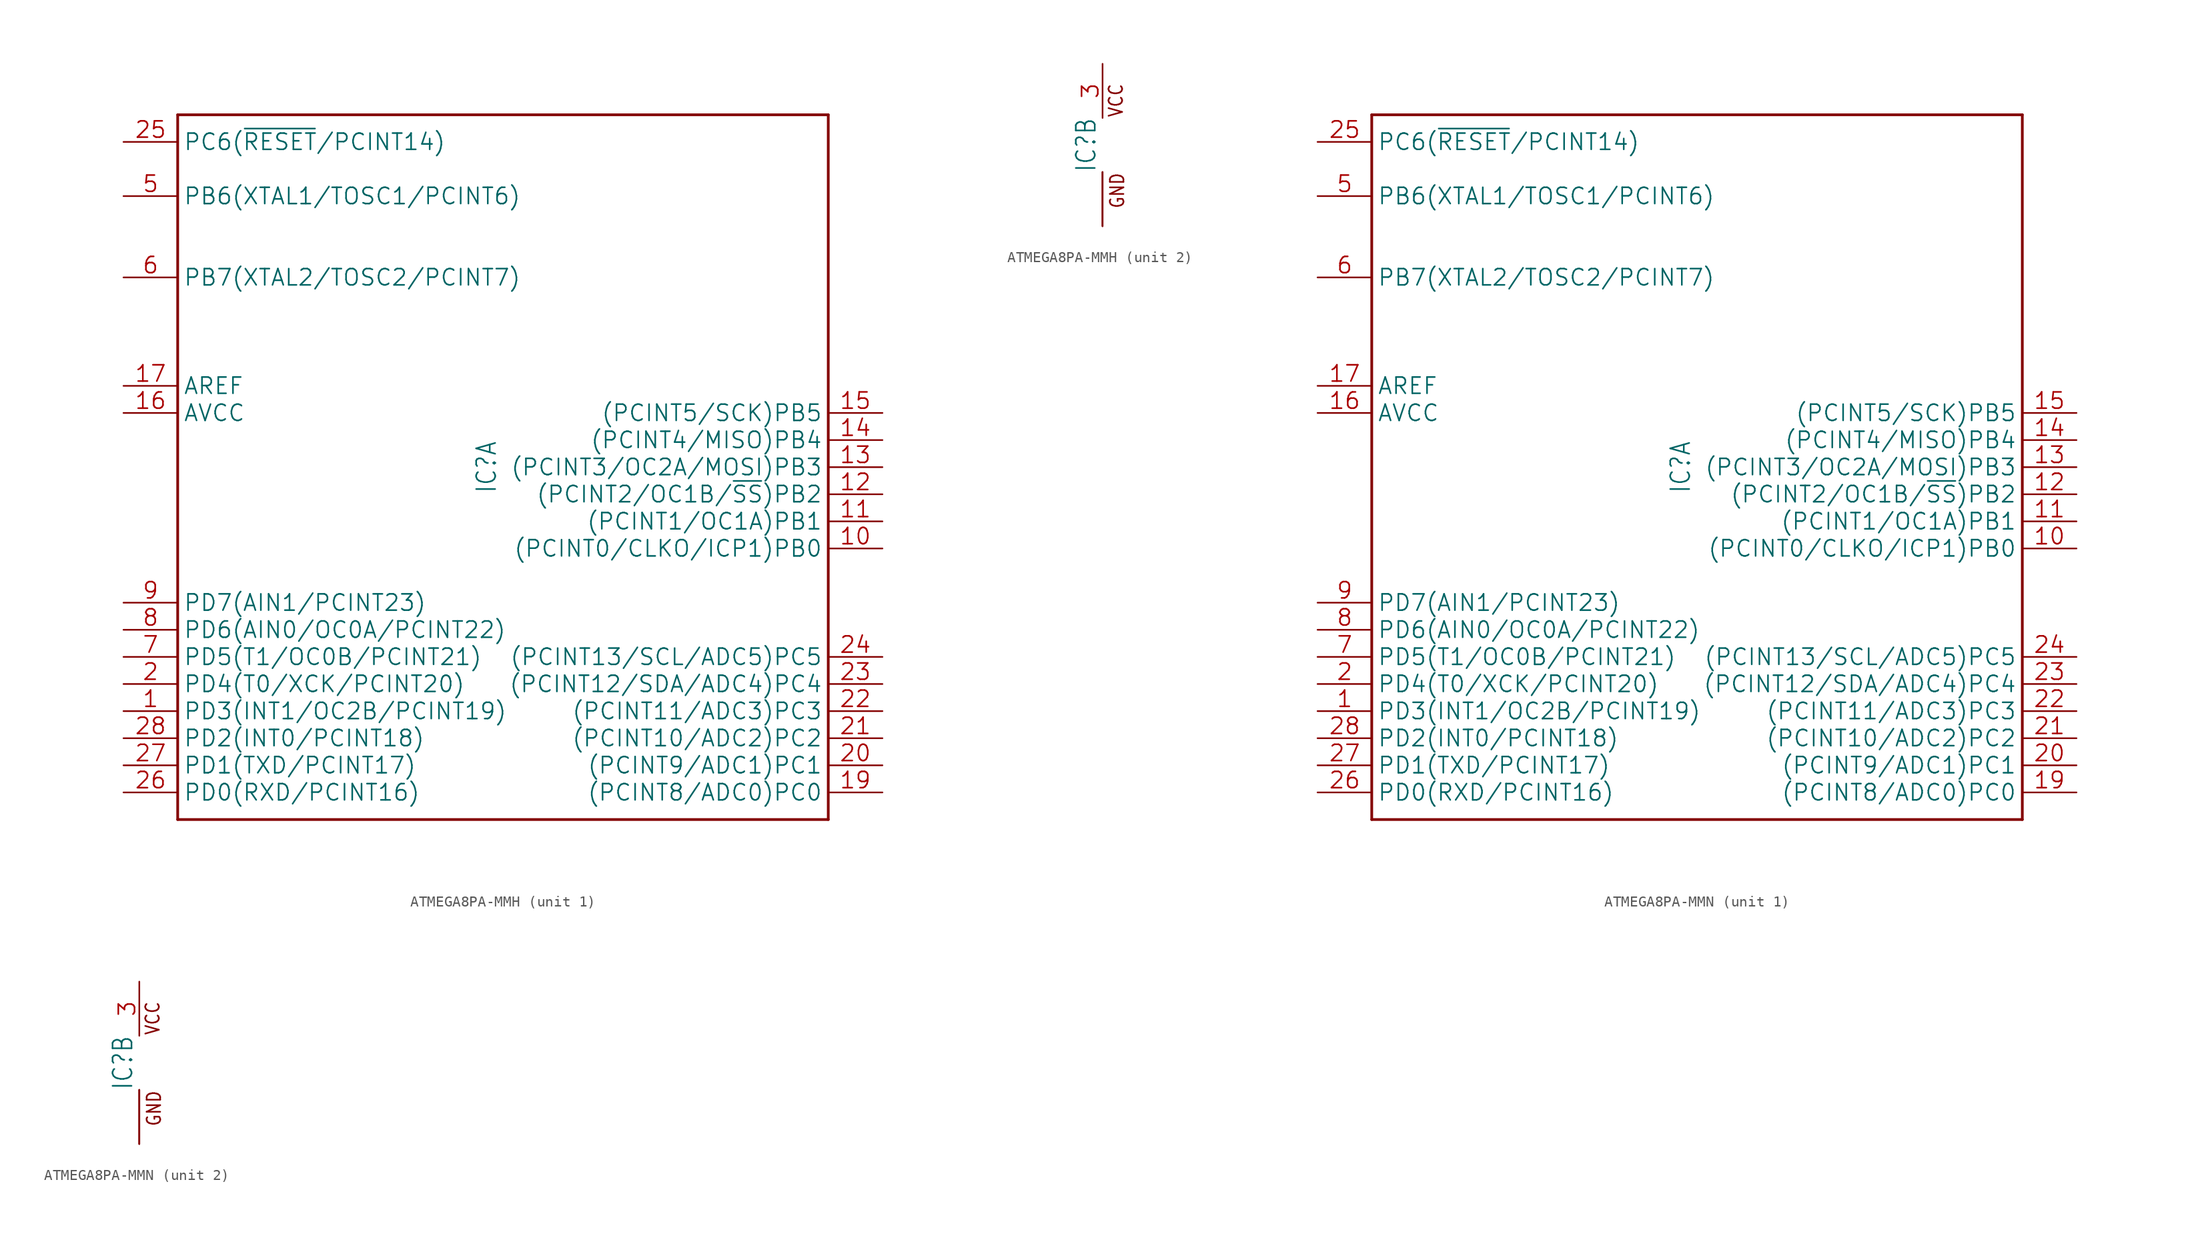
<source format=kicad_sym>
(kicad_symbol_lib
  (version 20241209)
  (generator "kicad_symbol_editor")
  (generator_version "9.0")
  (symbol "ATMEGA8PA-MMH"
    (property "Reference" "IC"
      (at -0.508 0 90)
      (effects (font (size 1.778 1.511)) (justify bottom)))
    (property "ki_locked" ""
      (at 0 0 0)
      (effects (font (size 1.27 1.27))))
    (symbol "ATMEGA8PA-MMH_1_0"
      (polyline (pts (xy -30.48 33.02) (xy 30.48 33.02)) (stroke (width 0.254) (type solid)) (fill (type none)))
      (polyline (pts (xy -30.48 -33.02) (xy -30.48 33.02)) (stroke (width 0.254) (type solid)) (fill (type none)))
      (polyline (pts (xy 30.48 33.02) (xy 30.48 -33.02)) (stroke (width 0.254) (type solid)) (fill (type none)))
      (polyline (pts (xy 30.48 -33.02) (xy -30.48 -33.02)) (stroke (width 0.254) (type solid)) (fill (type none)))
      (pin bidirectional line (at -35.56 30.48 0) (length 5.08) (name "PC6(~{RESET}/PCINT14)" (effects (font (size 1.524 1.524)))) (number "25" (effects (font (size 1.524 1.524)))))
      (pin bidirectional line (at -35.56 25.4 0) (length 5.08) (name "PB6(XTAL1/TOSC1/PCINT6)" (effects (font (size 1.524 1.524)))) (number "5" (effects (font (size 1.524 1.524)))))
      (pin bidirectional line (at -35.56 17.78 0) (length 5.08) (name "PB7(XTAL2/TOSC2/PCINT7)" (effects (font (size 1.524 1.524)))) (number "6" (effects (font (size 1.524 1.524)))))
      (pin passive line (at -35.56 7.62 0) (length 5.08) (name "AREF" (effects (font (size 1.524 1.524)))) (number "17" (effects (font (size 1.524 1.524)))))
      (pin power_in line (at -35.56 5.08 0) (length 5.08) (name "AVCC" (effects (font (size 1.524 1.524)))) (number "16" (effects (font (size 1.524 1.524)))))
      (pin bidirectional line (at -35.56 -12.7 0) (length 5.08) (name "PD7(AIN1/PCINT23)" (effects (font (size 1.524 1.524)))) (number "9" (effects (font (size 1.524 1.524)))))
      (pin bidirectional line (at -35.56 -15.24 0) (length 5.08) (name "PD6(AIN0/OC0A/PCINT22)" (effects (font (size 1.524 1.524)))) (number "8" (effects (font (size 1.524 1.524)))))
      (pin bidirectional line (at -35.56 -17.78 0) (length 5.08) (name "PD5(T1/OC0B/PCINT21)" (effects (font (size 1.524 1.524)))) (number "7" (effects (font (size 1.524 1.524)))))
      (pin bidirectional line (at -35.56 -20.32 0) (length 5.08) (name "PD4(T0/XCK/PCINT20)" (effects (font (size 1.524 1.524)))) (number "2" (effects (font (size 1.524 1.524)))))
      (pin bidirectional line (at -35.56 -22.86 0) (length 5.08) (name "PD3(INT1/OC2B/PCINT19)" (effects (font (size 1.524 1.524)))) (number "1" (effects (font (size 1.524 1.524)))))
      (pin bidirectional line (at -35.56 -25.4 0) (length 5.08) (name "PD2(INT0/PCINT18)" (effects (font (size 1.524 1.524)))) (number "28" (effects (font (size 1.524 1.524)))))
      (pin bidirectional line (at -35.56 -27.94 0) (length 5.08) (name "PD1(TXD/PCINT17)" (effects (font (size 1.524 1.524)))) (number "27" (effects (font (size 1.524 1.524)))))
      (pin bidirectional line (at -35.56 -30.48 0) (length 5.08) (name "PD0(RXD/PCINT16)" (effects (font (size 1.524 1.524)))) (number "26" (effects (font (size 1.524 1.524)))))
      (pin bidirectional line (at 35.56 5.08 180) (length 5.08) (name "(PCINT5/SCK)PB5" (effects (font (size 1.524 1.524)))) (number "15" (effects (font (size 1.524 1.524)))))
      (pin bidirectional line (at 35.56 2.54 180) (length 5.08) (name "(PCINT4/MISO)PB4" (effects (font (size 1.524 1.524)))) (number "14" (effects (font (size 1.524 1.524)))))
      (pin bidirectional line (at 35.56 0 180) (length 5.08) (name "(PCINT3/OC2A/MOSI)PB3" (effects (font (size 1.524 1.524)))) (number "13" (effects (font (size 1.524 1.524)))))
      (pin bidirectional line (at 35.56 -2.54 180) (length 5.08) (name "(PCINT2/OC1B/~{SS})PB2" (effects (font (size 1.524 1.524)))) (number "12" (effects (font (size 1.524 1.524)))))
      (pin bidirectional line (at 35.56 -5.08 180) (length 5.08) (name "(PCINT1/OC1A)PB1" (effects (font (size 1.524 1.524)))) (number "11" (effects (font (size 1.524 1.524)))))
      (pin bidirectional line (at 35.56 -7.62 180) (length 5.08) (name "(PCINT0/CLKO/ICP1)PB0" (effects (font (size 1.524 1.524)))) (number "10" (effects (font (size 1.524 1.524)))))
      (pin bidirectional line (at 35.56 -17.78 180) (length 5.08) (name "(PCINT13/SCL/ADC5)PC5" (effects (font (size 1.524 1.524)))) (number "24" (effects (font (size 1.524 1.524)))))
      (pin bidirectional line (at 35.56 -20.32 180) (length 5.08) (name "(PCINT12/SDA/ADC4)PC4" (effects (font (size 1.524 1.524)))) (number "23" (effects (font (size 1.524 1.524)))))
      (pin bidirectional line (at 35.56 -22.86 180) (length 5.08) (name "(PCINT11/ADC3)PC3" (effects (font (size 1.524 1.524)))) (number "22" (effects (font (size 1.524 1.524)))))
      (pin bidirectional line (at 35.56 -25.4 180) (length 5.08) (name "(PCINT10/ADC2)PC2" (effects (font (size 1.524 1.524)))) (number "21" (effects (font (size 1.524 1.524)))))
      (pin bidirectional line (at 35.56 -27.94 180) (length 5.08) (name "(PCINT9/ADC1)PC1" (effects (font (size 1.524 1.524)))) (number "20" (effects (font (size 1.524 1.524)))))
      (pin bidirectional line (at 35.56 -30.48 180) (length 5.08) (name "(PCINT8/ADC0)PC0" (effects (font (size 1.524 1.524)))) (number "19" (effects (font (size 1.524 1.524))))))
    (symbol "ATMEGA8PA-MMH_2_0"
      (text "VCC" (at 0.508 2.54 900) (effects (font (size 1.27 1.079)) (justify left top)))
      (text "GND" (at 0.635 -2.54 900) (effects (font (size 1.27 1.079)) (justify right top)))
      (pin power_in line (at 0 7.62 270) (length 5.08) (name "VCC" (effects (font (size 0 0)))) (number "3" (effects (font (size 1.524 1.524)))))
      (pin power_in line (at 0 -7.62 90) (length 5.08) (name "GND" (effects (font (size 0 0)))) (number "18" (effects (font (size 0 0)))))
      (pin power_in line (at 0 -7.62 90) (length 5.08) (name "GND" (effects (font (size 0 0)))) (number "4" (effects (font (size 0 0)))))
      (pin power_in line (at 0 -7.62 90) (length 5.08) (name "GND" (effects (font (size 0 0)))) (number "EXP" (effects (font (size 0 0)))))))
  (symbol "ATMEGA8PA-MMN"
    (property "Reference" "IC"
      (at -0.508 0 90)
      (effects (font (size 1.778 1.511)) (justify bottom)))
    (property "ki_locked" ""
      (at 0 0 0)
      (effects (font (size 1.27 1.27))))
    (symbol "ATMEGA8PA-MMN_1_0"
      (polyline (pts (xy -30.48 33.02) (xy 30.48 33.02)) (stroke (width 0.254) (type solid)) (fill (type none)))
      (polyline (pts (xy -30.48 -33.02) (xy -30.48 33.02)) (stroke (width 0.254) (type solid)) (fill (type none)))
      (polyline (pts (xy 30.48 33.02) (xy 30.48 -33.02)) (stroke (width 0.254) (type solid)) (fill (type none)))
      (polyline (pts (xy 30.48 -33.02) (xy -30.48 -33.02)) (stroke (width 0.254) (type solid)) (fill (type none)))
      (pin bidirectional line (at -35.56 30.48 0) (length 5.08) (name "PC6(~{RESET}/PCINT14)" (effects (font (size 1.524 1.524)))) (number "25" (effects (font (size 1.524 1.524)))))
      (pin bidirectional line (at -35.56 25.4 0) (length 5.08) (name "PB6(XTAL1/TOSC1/PCINT6)" (effects (font (size 1.524 1.524)))) (number "5" (effects (font (size 1.524 1.524)))))
      (pin bidirectional line (at -35.56 17.78 0) (length 5.08) (name "PB7(XTAL2/TOSC2/PCINT7)" (effects (font (size 1.524 1.524)))) (number "6" (effects (font (size 1.524 1.524)))))
      (pin passive line (at -35.56 7.62 0) (length 5.08) (name "AREF" (effects (font (size 1.524 1.524)))) (number "17" (effects (font (size 1.524 1.524)))))
      (pin power_in line (at -35.56 5.08 0) (length 5.08) (name "AVCC" (effects (font (size 1.524 1.524)))) (number "16" (effects (font (size 1.524 1.524)))))
      (pin bidirectional line (at -35.56 -12.7 0) (length 5.08) (name "PD7(AIN1/PCINT23)" (effects (font (size 1.524 1.524)))) (number "9" (effects (font (size 1.524 1.524)))))
      (pin bidirectional line (at -35.56 -15.24 0) (length 5.08) (name "PD6(AIN0/OC0A/PCINT22)" (effects (font (size 1.524 1.524)))) (number "8" (effects (font (size 1.524 1.524)))))
      (pin bidirectional line (at -35.56 -17.78 0) (length 5.08) (name "PD5(T1/OC0B/PCINT21)" (effects (font (size 1.524 1.524)))) (number "7" (effects (font (size 1.524 1.524)))))
      (pin bidirectional line (at -35.56 -20.32 0) (length 5.08) (name "PD4(T0/XCK/PCINT20)" (effects (font (size 1.524 1.524)))) (number "2" (effects (font (size 1.524 1.524)))))
      (pin bidirectional line (at -35.56 -22.86 0) (length 5.08) (name "PD3(INT1/OC2B/PCINT19)" (effects (font (size 1.524 1.524)))) (number "1" (effects (font (size 1.524 1.524)))))
      (pin bidirectional line (at -35.56 -25.4 0) (length 5.08) (name "PD2(INT0/PCINT18)" (effects (font (size 1.524 1.524)))) (number "28" (effects (font (size 1.524 1.524)))))
      (pin bidirectional line (at -35.56 -27.94 0) (length 5.08) (name "PD1(TXD/PCINT17)" (effects (font (size 1.524 1.524)))) (number "27" (effects (font (size 1.524 1.524)))))
      (pin bidirectional line (at -35.56 -30.48 0) (length 5.08) (name "PD0(RXD/PCINT16)" (effects (font (size 1.524 1.524)))) (number "26" (effects (font (size 1.524 1.524)))))
      (pin bidirectional line (at 35.56 5.08 180) (length 5.08) (name "(PCINT5/SCK)PB5" (effects (font (size 1.524 1.524)))) (number "15" (effects (font (size 1.524 1.524)))))
      (pin bidirectional line (at 35.56 2.54 180) (length 5.08) (name "(PCINT4/MISO)PB4" (effects (font (size 1.524 1.524)))) (number "14" (effects (font (size 1.524 1.524)))))
      (pin bidirectional line (at 35.56 0 180) (length 5.08) (name "(PCINT3/OC2A/MOSI)PB3" (effects (font (size 1.524 1.524)))) (number "13" (effects (font (size 1.524 1.524)))))
      (pin bidirectional line (at 35.56 -2.54 180) (length 5.08) (name "(PCINT2/OC1B/~{SS})PB2" (effects (font (size 1.524 1.524)))) (number "12" (effects (font (size 1.524 1.524)))))
      (pin bidirectional line (at 35.56 -5.08 180) (length 5.08) (name "(PCINT1/OC1A)PB1" (effects (font (size 1.524 1.524)))) (number "11" (effects (font (size 1.524 1.524)))))
      (pin bidirectional line (at 35.56 -7.62 180) (length 5.08) (name "(PCINT0/CLKO/ICP1)PB0" (effects (font (size 1.524 1.524)))) (number "10" (effects (font (size 1.524 1.524)))))
      (pin bidirectional line (at 35.56 -17.78 180) (length 5.08) (name "(PCINT13/SCL/ADC5)PC5" (effects (font (size 1.524 1.524)))) (number "24" (effects (font (size 1.524 1.524)))))
      (pin bidirectional line (at 35.56 -20.32 180) (length 5.08) (name "(PCINT12/SDA/ADC4)PC4" (effects (font (size 1.524 1.524)))) (number "23" (effects (font (size 1.524 1.524)))))
      (pin bidirectional line (at 35.56 -22.86 180) (length 5.08) (name "(PCINT11/ADC3)PC3" (effects (font (size 1.524 1.524)))) (number "22" (effects (font (size 1.524 1.524)))))
      (pin bidirectional line (at 35.56 -25.4 180) (length 5.08) (name "(PCINT10/ADC2)PC2" (effects (font (size 1.524 1.524)))) (number "21" (effects (font (size 1.524 1.524)))))
      (pin bidirectional line (at 35.56 -27.94 180) (length 5.08) (name "(PCINT9/ADC1)PC1" (effects (font (size 1.524 1.524)))) (number "20" (effects (font (size 1.524 1.524)))))
      (pin bidirectional line (at 35.56 -30.48 180) (length 5.08) (name "(PCINT8/ADC0)PC0" (effects (font (size 1.524 1.524)))) (number "19" (effects (font (size 1.524 1.524))))))
    (symbol "ATMEGA8PA-MMN_2_0"
      (text "VCC" (at 0.508 2.54 900) (effects (font (size 1.27 1.079)) (justify left top)))
      (text "GND" (at 0.635 -2.54 900) (effects (font (size 1.27 1.079)) (justify right top)))
      (pin power_in line (at 0 7.62 270) (length 5.08) (name "VCC" (effects (font (size 0 0)))) (number "3" (effects (font (size 1.524 1.524)))))
      (pin power_in line (at 0 -7.62 90) (length 5.08) (name "GND" (effects (font (size 0 0)))) (number "18" (effects (font (size 0 0)))))
      (pin power_in line (at 0 -7.62 90) (length 5.08) (name "GND" (effects (font (size 0 0)))) (number "4" (effects (font (size 0 0)))))
      (pin power_in line (at 0 -7.62 90) (length 5.08) (name "GND" (effects (font (size 0 0)))) (number "EXP" (effects (font (size 0 0))))))))
</source>
